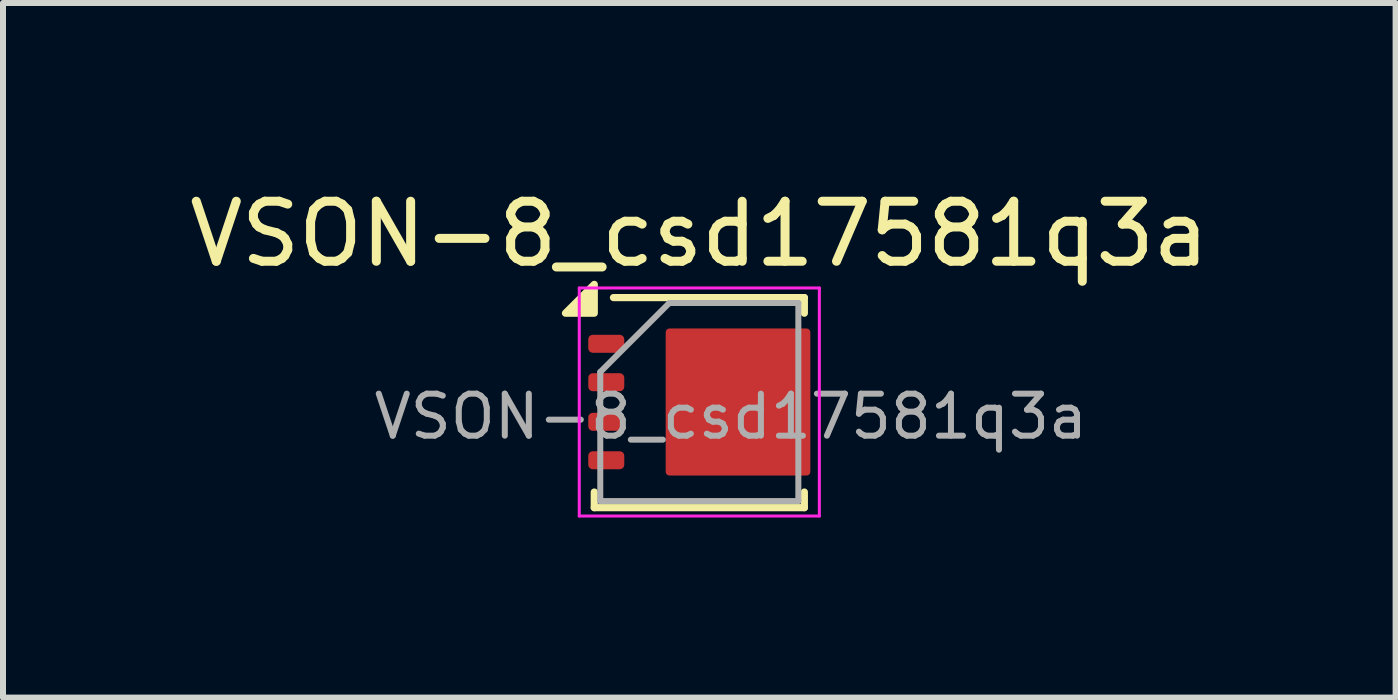
<source format=kicad_pcb>
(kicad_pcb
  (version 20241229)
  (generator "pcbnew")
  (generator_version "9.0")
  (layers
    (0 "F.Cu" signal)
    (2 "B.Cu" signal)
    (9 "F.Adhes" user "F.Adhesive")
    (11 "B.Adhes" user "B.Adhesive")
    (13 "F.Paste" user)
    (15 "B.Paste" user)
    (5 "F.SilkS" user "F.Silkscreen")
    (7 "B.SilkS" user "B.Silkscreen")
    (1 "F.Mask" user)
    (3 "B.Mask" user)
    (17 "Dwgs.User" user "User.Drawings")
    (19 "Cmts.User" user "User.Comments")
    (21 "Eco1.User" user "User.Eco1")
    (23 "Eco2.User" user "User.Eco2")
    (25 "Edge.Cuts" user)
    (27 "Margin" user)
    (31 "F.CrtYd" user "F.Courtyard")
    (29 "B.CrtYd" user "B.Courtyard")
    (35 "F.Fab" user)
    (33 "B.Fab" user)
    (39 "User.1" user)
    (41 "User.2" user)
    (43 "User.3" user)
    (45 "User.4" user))
  (footprint "VSON-8_csd17581q3a"
    (layer "F.Cu")
    (at 8.601 3.648)
    (property "Reference" "VSON-8_csd17581q3a" (at 0 -2.8 0) (layer "F.SilkS") (effects (font (size 1 1) (thickness 0.15))))
    (attr smd)
    (fp_line (start -0.56 -1.175) (end -0.56 1.175) (stroke (width 0.1) (type default)) (layer "F.Mask"))
    (fp_line (start -0.51 1.225) (end 1.05 1.225) (stroke (width 0.1) (type default)) (layer "F.Mask"))
    (fp_line (start 1.09 -1.225) (end -0.51 -1.225) (stroke (width 0.1) (type default)) (layer "F.Mask"))
    (fp_line (start 1.1 1.175) (end 1.1 1.17) (stroke (width 0.1) (type default)) (layer "F.Mask"))
    (fp_line (start 1.14 -1.17) (end 1.14 -1.175) (stroke (width 0.1) (type default)) (layer "F.Mask"))
    (fp_line (start 1.14 -0.53) (end 1.14 -0.77) (stroke (width 0.1) (type default)) (layer "F.Mask"))
    (fp_line (start 1.14 0.13) (end 1.14 -0.13) (stroke (width 0.1) (type default)) (layer "F.Mask"))
    (fp_line (start 1.14 0.77) (end 1.14 0.53) (stroke (width 0.1) (type default)) (layer "F.Mask"))
    (fp_line (start 1.15 1.12) (end 1.69 1.12) (stroke (width 0.1) (type default)) (layer "F.Mask"))
    (fp_line (start 1.19 -0.82) (end 1.69 -0.82) (stroke (width 0.1) (type default)) (layer "F.Mask"))
    (fp_line (start 1.19 -0.18) (end 1.69 -0.18) (stroke (width 0.1) (type default)) (layer "F.Mask"))
    (fp_line (start 1.19 0.48) (end 1.69 0.48) (stroke (width 0.1) (type default)) (layer "F.Mask"))
    (fp_line (start 1.69 -1.12) (end 1.19 -1.12) (stroke (width 0.1) (type default)) (layer "F.Mask"))
    (fp_line (start 1.69 -0.48) (end 1.19 -0.48) (stroke (width 0.1) (type default)) (layer "F.Mask"))
    (fp_line (start 1.69 0.18) (end 1.19 0.18) (stroke (width 0.1) (type default)) (layer "F.Mask"))
    (fp_line (start 1.69 0.82) (end 1.19 0.82) (stroke (width 0.1) (type default)) (layer "F.Mask"))
    (fp_line (start 1.74 -0.87) (end 1.74 -1.07) (stroke (width 0.1) (type default)) (layer "F.Mask"))
    (fp_line (start 1.74 -0.23) (end 1.74 -0.43) (stroke (width 0.1) (type default)) (layer "F.Mask"))
    (fp_line (start 1.74 0.43) (end 1.74 0.23) (stroke (width 0.1) (type default)) (layer "F.Mask"))
    (fp_line (start 1.74 1.07) (end 1.74 0.87) (stroke (width 0.1) (type default)) (layer "F.Mask"))
    (fp_arc (start -0.56 -1.175) (mid -0.545355 -1.210355) (end -0.51 -1.225) (stroke (width 0.1) (type default)) (layer "F.Mask"))
    (fp_arc (start -0.51 1.225) (mid -0.545355 1.210355) (end -0.56 1.175) (stroke (width 0.1) (type default)) (layer "F.Mask"))
    (fp_arc (start 1.09 -1.225) (mid 1.125355 -1.210355) (end 1.14 -1.175) (stroke (width 0.1) (type default)) (layer "F.Mask"))
    (fp_arc (start 1.1 1.17) (mid 1.114645 1.134645) (end 1.15 1.12) (stroke (width 0.1) (type default)) (layer "F.Mask"))
    (fp_arc (start 1.1 1.175) (mid 1.085355 1.210355) (end 1.05 1.225) (stroke (width 0.1) (type default)) (layer "F.Mask"))
    (fp_arc (start 1.14 -0.77) (mid 1.154645 -0.805355) (end 1.19 -0.82) (stroke (width 0.1) (type default)) (layer "F.Mask"))
    (fp_arc (start 1.14 -0.13) (mid 1.154645 -0.165355) (end 1.19 -0.18) (stroke (width 0.1) (type default)) (layer "F.Mask"))
    (fp_arc (start 1.14 0.53) (mid 1.154645 0.494645) (end 1.19 0.48) (stroke (width 0.1) (type default)) (layer "F.Mask"))
    (fp_arc (start 1.19 -1.12) (mid 1.154645 -1.134645) (end 1.14 -1.17) (stroke (width 0.1) (type default)) (layer "F.Mask"))
    (fp_arc (start 1.19 -0.48) (mid 1.154645 -0.494645) (end 1.14 -0.53) (stroke (width 0.1) (type default)) (layer "F.Mask"))
    (fp_arc (start 1.19 0.18) (mid 1.154645 0.165355) (end 1.14 0.13) (stroke (width 0.1) (type default)) (layer "F.Mask"))
    (fp_arc (start 1.19 0.82) (mid 1.154645 0.805355) (end 1.14 0.77) (stroke (width 0.1) (type default)) (layer "F.Mask"))
    (fp_arc (start 1.69 -1.12) (mid 1.725355 -1.105355) (end 1.74 -1.07) (stroke (width 0.1) (type default)) (layer "F.Mask"))
    (fp_arc (start 1.69 -0.48) (mid 1.725355 -0.465355) (end 1.74 -0.43) (stroke (width 0.1) (type default)) (layer "F.Mask"))
    (fp_arc (start 1.69 0.18) (mid 1.725355 0.194645) (end 1.74 0.23) (stroke (width 0.1) (type default)) (layer "F.Mask"))
    (fp_arc (start 1.69 0.82) (mid 1.725355 0.834645) (end 1.74 0.87) (stroke (width 0.1) (type default)) (layer "F.Mask"))
    (fp_arc (start 1.74 -0.87) (mid 1.725355 -0.834645) (end 1.69 -0.82) (stroke (width 0.1) (type default)) (layer "F.Mask"))
    (fp_arc (start 1.74 -0.23) (mid 1.725355 -0.194645) (end 1.69 -0.18) (stroke (width 0.1) (type default)) (layer "F.Mask"))
    (fp_arc (start 1.74 0.43) (mid 1.725355 0.465355) (end 1.69 0.48) (stroke (width 0.1) (type default)) (layer "F.Mask"))
    (fp_arc (start 1.74 1.07) (mid 1.725355 1.105355) (end 1.69 1.12) (stroke (width 0.1) (type default)) (layer "F.Mask"))
    (fp_line (start -1.75 1.5) (end -1.75 1.76) (stroke (width 0.12) (type solid)) (layer "F.SilkS"))
    (fp_line (start -1.75 1.76) (end 1.75 1.76) (stroke (width 0.12) (type solid)) (layer "F.SilkS"))
    (fp_line (start -1.43 -1.74) (end 1.75 -1.74) (stroke (width 0.12) (type solid)) (layer "F.SilkS"))
    (fp_line (start 1.75 -1.74) (end 1.75 -1.48) (stroke (width 0.12) (type solid)) (layer "F.SilkS"))
    (fp_line (start 1.75 1.5) (end 1.75 1.76) (stroke (width 0.12) (type solid)) (layer "F.SilkS"))
    (fp_poly (pts (xy -1.75 -1.48) (xy -2.23 -1.48) (xy -1.75 -1.96) (xy -1.75 -1.48)) (stroke (width 0.12) (type solid)) (fill yes) (layer "F.SilkS"))
    (fp_line (start -2 -1.9) (end -2 1.9) (stroke (width 0.05) (type solid)) (layer "F.CrtYd"))
    (fp_line (start -2 -1.9) (end 2 -1.9) (stroke (width 0.05) (type solid)) (layer "F.CrtYd"))
    (fp_line (start -2 1.9) (end 2 1.9) (stroke (width 0.05) (type solid)) (layer "F.CrtYd"))
    (fp_line (start 2 -1.9) (end 2 1.9) (stroke (width 0.05) (type solid)) (layer "F.CrtYd"))
    (fp_line (start -1.65 -0.5) (end -0.5 -1.65) (stroke (width 0.1) (type solid)) (layer "F.Fab"))
    (fp_line (start -1.65 1.65) (end -1.65 -0.5) (stroke (width 0.1) (type solid)) (layer "F.Fab"))
    (fp_line (start -0.5 -1.65) (end 1.65 -1.65) (stroke (width 0.1) (type solid)) (layer "F.Fab"))
    (fp_line (start 1.65 -1.65) (end 1.65 1.65) (stroke (width 0.1) (type solid)) (layer "F.Fab"))
    (fp_line (start 1.65 1.65) (end -1.65 1.65) (stroke (width 0.1) (type solid)) (layer "F.Fab"))
    (fp_text user "${REFERENCE}" (at 0.526 0.242 0) (layer "F.Fab") (effects (font (size 0.7 0.7) (thickness 0.1))))
    (pad "" smd roundrect (at -0.16 -0.61) (size 0.705 1.125) (layers "F.Paste") (roundrect_rratio 0.071))
    (pad "" smd roundrect (at -0.16 0.61) (size 0.705 1.125) (layers "F.Paste") (roundrect_rratio 0.071))
    (pad "" smd roundrect (at 0.67 -0.61) (size 0.705 1.125) (layers "F.Paste") (roundrect_rratio 0.071))
    (pad "" smd roundrect (at 0.67 0.61) (size 0.705 1.125) (layers "F.Paste") (roundrect_rratio 0.071))
    (pad "" smd roundrect (at 1.44 -0.973) (size 0.6 0.3) (layers "F.Paste") (roundrect_rratio 0.25))
    (pad "" smd roundrect (at 1.44 -0.33) (size 0.6 0.3) (layers "F.Paste") (roundrect_rratio 0.25))
    (pad "" smd roundrect (at 1.44 0.33) (size 0.6 0.3) (layers "F.Paste") (roundrect_rratio 0.25))
    (pad "" smd roundrect (at 1.44 0.973) (size 0.6 0.3) (layers "F.Paste") (roundrect_rratio 0.25))
    (pad "1" smd roundrect (at -1.55 -0.97) (size 0.6 0.3) (layers "F.Cu" "F.Mask" "F.Paste") (roundrect_rratio 0.25))
    (pad "2" smd roundrect (at -1.55 -0.33) (size 0.6 0.3) (layers "F.Cu" "F.Mask" "F.Paste") (roundrect_rratio 0.25))
    (pad "3" smd roundrect (at -1.55 0.33) (size 0.6 0.3) (layers "F.Cu" "F.Mask" "F.Paste") (roundrect_rratio 0.25))
    (pad "4" smd roundrect (at -1.55 0.97) (size 0.6 0.3) (layers "F.Cu" "F.Mask" "F.Paste") (roundrect_rratio 0.25))
    (pad "5" smd roundrect (at 0.645 0) (size 2.41 2.45) (layers "F.Cu" "F.Mask") (roundrect_rratio 0.026)))
  (gr_rect
    (start -3 -3)
    (end 20.202 8.573)
    (stroke (width 0.1) (type default))
    (fill no)
    (layer "Edge.Cuts")))
</source>
